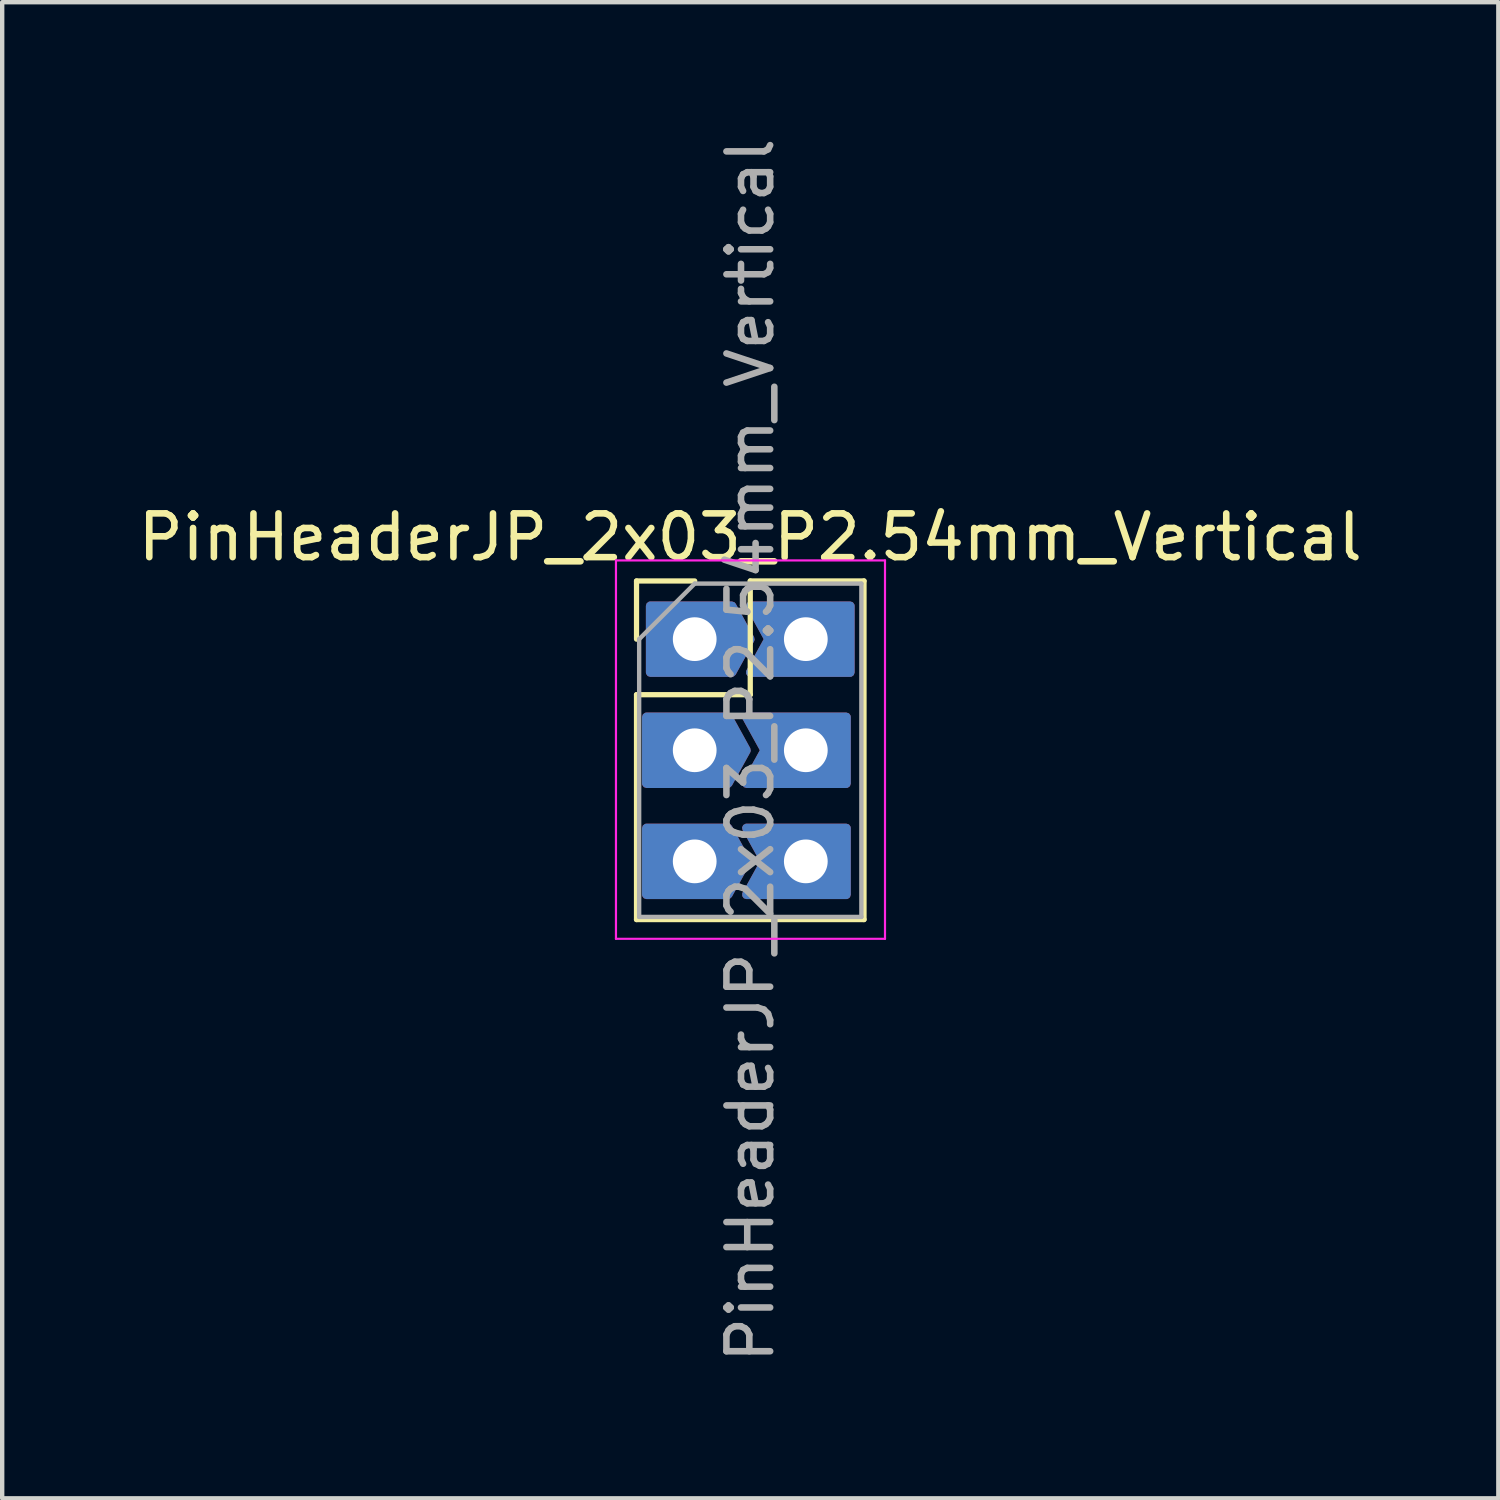
<source format=kicad_pcb>
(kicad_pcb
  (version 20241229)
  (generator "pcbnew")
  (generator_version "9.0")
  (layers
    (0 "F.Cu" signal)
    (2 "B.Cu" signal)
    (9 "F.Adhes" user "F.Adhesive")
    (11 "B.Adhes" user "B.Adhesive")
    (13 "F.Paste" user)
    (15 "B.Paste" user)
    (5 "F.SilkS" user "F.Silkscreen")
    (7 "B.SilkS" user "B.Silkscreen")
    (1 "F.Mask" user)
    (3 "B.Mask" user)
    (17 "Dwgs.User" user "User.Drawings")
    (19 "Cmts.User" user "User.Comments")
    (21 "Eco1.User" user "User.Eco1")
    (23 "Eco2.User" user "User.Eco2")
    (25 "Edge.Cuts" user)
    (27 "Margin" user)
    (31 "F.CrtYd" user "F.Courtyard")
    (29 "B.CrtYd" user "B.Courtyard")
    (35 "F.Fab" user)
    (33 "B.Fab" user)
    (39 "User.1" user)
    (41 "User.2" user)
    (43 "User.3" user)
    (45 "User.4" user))
  (footprint "PinHeaderJP_2x03_P2.54mm_Vertical"
    (layer "F.Cu")
    (at 12.831 11.561)
    (property "Reference" "PinHeaderJP_2x03_P2.54mm_Vertical" (at 1.27 -2.33 0) (layer "F.SilkS") (effects (font (size 1 1) (thickness 0.15))))
    (attr through_hole)
    (fp_line (start -1.33 -1.33) (end 0 -1.33) (stroke (width 0.12) (type solid)) (layer "F.SilkS"))
    (fp_line (start -1.33 0) (end -1.33 -1.33) (stroke (width 0.12) (type solid)) (layer "F.SilkS"))
    (fp_line (start -1.33 1.27) (end -1.33 6.41) (stroke (width 0.12) (type solid)) (layer "F.SilkS"))
    (fp_line (start -1.33 1.27) (end 1.27 1.27) (stroke (width 0.12) (type solid)) (layer "F.SilkS"))
    (fp_line (start -1.33 6.41) (end 3.87 6.41) (stroke (width 0.12) (type solid)) (layer "F.SilkS"))
    (fp_line (start 1.27 -1.33) (end 3.87 -1.33) (stroke (width 0.12) (type solid)) (layer "F.SilkS"))
    (fp_line (start 1.27 1.27) (end 1.27 -1.33) (stroke (width 0.12) (type solid)) (layer "F.SilkS"))
    (fp_line (start 3.87 -1.33) (end 3.87 6.41) (stroke (width 0.12) (type solid)) (layer "F.SilkS"))
    (fp_line (start -1.8 -1.8) (end -1.8 6.85) (stroke (width 0.05) (type solid)) (layer "F.CrtYd"))
    (fp_line (start -1.8 6.85) (end 4.35 6.85) (stroke (width 0.05) (type solid)) (layer "F.CrtYd"))
    (fp_line (start 4.35 -1.8) (end -1.8 -1.8) (stroke (width 0.05) (type solid)) (layer "F.CrtYd"))
    (fp_line (start 4.35 6.85) (end 4.35 -1.8) (stroke (width 0.05) (type solid)) (layer "F.CrtYd"))
    (fp_line (start -1.27 0) (end 0 -1.27) (stroke (width 0.1) (type solid)) (layer "F.Fab"))
    (fp_line (start -1.27 6.35) (end -1.27 0) (stroke (width 0.1) (type solid)) (layer "F.Fab"))
    (fp_line (start 0 -1.27) (end 3.81 -1.27) (stroke (width 0.1) (type solid)) (layer "F.Fab"))
    (fp_line (start 3.81 -1.27) (end 3.81 6.35) (stroke (width 0.1) (type solid)) (layer "F.Fab"))
    (fp_line (start 3.81 6.35) (end -1.27 6.35) (stroke (width 0.1) (type solid)) (layer "F.Fab"))
    (fp_text user "${REFERENCE}" (at 1.27 2.54 90) (layer "F.Fab") (effects (font (size 1 1) (thickness 0.15))))
    (pad "1" thru_hole custom (at 0 0) (size 1.7 1.7) (drill 1) (layers "*.Cu" "*.Mask") (options (anchor rect)) (primitives (gr_poly (pts (xy -1.016 -0.762) (xy -1.016 0.762) (xy 0.85 0.762) (xy 1.27 0) (xy 0.85 -0.762)) (width 0.2) (fill yes))))
    (pad "2" thru_hole custom (at 2.54 0) (size 1.7 1.7) (drill 1) (layers "*.Cu" "*.Mask") (options (anchor circle)) (primitives (gr_poly (pts (xy 0.85 0) (xy 0.831 -0.177) (xy 0.777 -0.346) (xy 0.688 -0.5) (xy 0.569 -0.632) (xy 0.425 -0.736) (xy 0.263 -0.808) (xy 0.089 -0.845) (xy -0.089 -0.845) (xy -0.263 -0.808) (xy -0.425 -0.736) (xy -0.569 -0.632) (xy -0.688 -0.5) (xy -0.777 -0.346) (xy -0.831 -0.177) (xy -0.85 0) (xy -0.831 0.177) (xy -0.777 0.346) (xy -0.688 0.5) (xy -0.569 0.632) (xy -0.425 0.736) (xy -0.263 0.808) (xy -0.089 0.845) (xy 0.089 0.845) (xy 0.263 0.808) (xy 0.425 0.736) (xy 0.569 0.632) (xy 0.688 0.5) (xy 0.777 0.346) (xy 0.831 0.177) (xy 0.85 0)) (width 0) (fill yes)) (gr_poly (pts (xy -1.27 -0.762) (xy -0.85 0) (xy -1.27 0.762) (xy 1.016 0.762) (xy 1.016 -0.762)) (width 0.2) (fill yes))))
    (pad "3" thru_hole custom (at 0 2.54) (size 1.7 1.7) (drill 1) (layers "*.Cu" "*.Mask") (options (anchor circle)) (primitives (gr_poly (pts (xy 0.85 0) (xy 0.831 -0.177) (xy 0.777 -0.346) (xy 0.688 -0.5) (xy 0.569 -0.632) (xy 0.425 -0.736) (xy 0.263 -0.808) (xy 0.089 -0.845) (xy -0.089 -0.845) (xy -0.263 -0.808) (xy -0.425 -0.736) (xy -0.569 -0.632) (xy -0.688 -0.5) (xy -0.777 -0.346) (xy -0.831 -0.177) (xy -0.85 0) (xy -0.831 0.177) (xy -0.777 0.346) (xy -0.688 0.5) (xy -0.569 0.632) (xy -0.425 0.736) (xy -0.263 0.808) (xy -0.089 0.845) (xy 0.089 0.845) (xy 0.263 0.808) (xy 0.425 0.736) (xy 0.569 0.632) (xy 0.688 0.5) (xy 0.777 0.346) (xy 0.831 0.177) (xy 0.85 0)) (width 0) (fill yes)) (gr_poly (pts (xy -1.104 -0.762) (xy -1.104 0.762) (xy 0.762 0.762) (xy 1.182 0) (xy 0.762 -0.762)) (width 0.2) (fill yes))))
    (pad "4" thru_hole custom (at 2.54 2.54) (size 1.7 1.7) (drill 1) (layers "*.Cu" "*.Mask") (options (anchor circle)) (primitives (gr_poly (pts (xy 0.85 0) (xy 0.831 -0.177) (xy 0.777 -0.346) (xy 0.688 -0.5) (xy 0.569 -0.632) (xy 0.425 -0.736) (xy 0.263 -0.808) (xy 0.089 -0.845) (xy -0.089 -0.845) (xy -0.263 -0.808) (xy -0.425 -0.736) (xy -0.569 -0.632) (xy -0.688 -0.5) (xy -0.777 -0.346) (xy -0.831 -0.177) (xy -0.85 0) (xy -0.831 0.177) (xy -0.777 0.346) (xy -0.688 0.5) (xy -0.569 0.632) (xy -0.425 0.736) (xy -0.263 0.808) (xy -0.089 0.845) (xy 0.089 0.845) (xy 0.263 0.808) (xy 0.425 0.736) (xy 0.569 0.632) (xy 0.688 0.5) (xy 0.777 0.346) (xy 0.831 0.177) (xy 0.85 0)) (width 0) (fill yes)) (gr_poly (pts (xy -1.358 -0.762) (xy -0.938 0) (xy -1.358 0.762) (xy 0.928 0.762) (xy 0.928 -0.762)) (width 0.2) (fill yes))))
    (pad "5" thru_hole custom (at 0 5.08) (size 1.7 1.7) (drill 1) (layers "*.Cu" "*.Mask") (options (anchor circle)) (primitives (gr_poly (pts (xy 0.85 0) (xy 0.831 -0.177) (xy 0.777 -0.346) (xy 0.688 -0.5) (xy 0.569 -0.632) (xy 0.425 -0.736) (xy 0.263 -0.808) (xy 0.089 -0.845) (xy -0.089 -0.845) (xy -0.263 -0.808) (xy -0.425 -0.736) (xy -0.569 -0.632) (xy -0.688 -0.5) (xy -0.777 -0.346) (xy -0.831 -0.177) (xy -0.85 0) (xy -0.831 0.177) (xy -0.777 0.346) (xy -0.688 0.5) (xy -0.569 0.632) (xy -0.425 0.736) (xy -0.263 0.808) (xy -0.089 0.845) (xy 0.089 0.845) (xy 0.263 0.808) (xy 0.425 0.736) (xy 0.569 0.632) (xy 0.688 0.5) (xy 0.777 0.346) (xy 0.831 0.177) (xy 0.85 0)) (width 0) (fill yes)) (gr_poly (pts (xy -1.104 -0.762) (xy -1.104 0.762) (xy 0.762 0.762) (xy 1.182 0) (xy 0.762 -0.762)) (width 0.2) (fill yes))))
    (pad "6" thru_hole custom (at 2.54 5.08) (size 1.7 1.7) (drill 1) (layers "*.Cu" "*.Mask") (options (anchor circle)) (primitives (gr_poly (pts (xy 0.85 0) (xy 0.831 -0.177) (xy 0.777 -0.346) (xy 0.688 -0.5) (xy 0.569 -0.632) (xy 0.425 -0.736) (xy 0.263 -0.808) (xy 0.089 -0.845) (xy -0.089 -0.845) (xy -0.263 -0.808) (xy -0.425 -0.736) (xy -0.569 -0.632) (xy -0.688 -0.5) (xy -0.777 -0.346) (xy -0.831 -0.177) (xy -0.85 0) (xy -0.831 0.177) (xy -0.777 0.346) (xy -0.688 0.5) (xy -0.569 0.632) (xy -0.425 0.736) (xy -0.263 0.808) (xy -0.089 0.845) (xy 0.089 0.845) (xy 0.263 0.808) (xy 0.425 0.736) (xy 0.569 0.632) (xy 0.688 0.5) (xy 0.777 0.346) (xy 0.831 0.177) (xy 0.85 0)) (width 0) (fill yes)) (gr_poly (pts (xy -1.358 -0.762) (xy -0.938 0) (xy -1.358 0.762) (xy 0.928 0.762) (xy 0.928 -0.762)) (width 0.2) (fill yes)))))
  (gr_rect
    (start -3 -3)
    (end 31.202 31.202)
    (stroke (width 0.1) (type default))
    (fill no)
    (layer "Edge.Cuts")))
</source>
